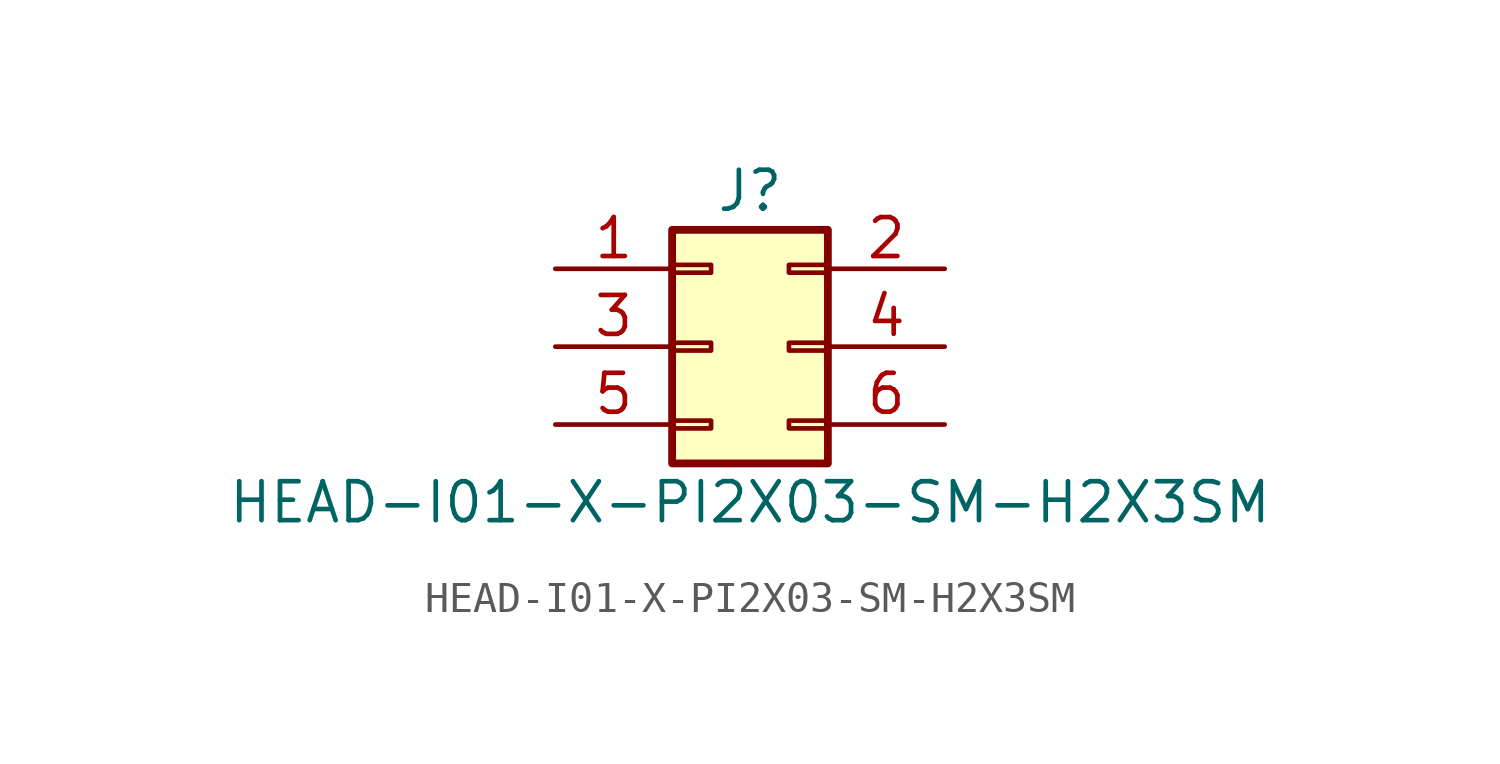
<source format=kicad_sym>
(kicad_symbol_lib
  (version 20211014)
  (generator kicad_symbol_editor)
  (symbol "HEAD-I01-X-PI2X03-SM-H2X3SM"
    (pin_names
      (offset 1.016) hide)
    (property "Reference" "J"
      (at 1.27 5.08 0)
      (effects (font (size 1.27 1.27))))
    (property "Value" "HEAD-I01-X-PI2X03-SM-H2X3SM"
      (at 1.27 -5.08 0)
      (effects (font (size 1.27 1.27))))
    (symbol "HEAD-I01-X-PI2X03-SM-H2X3SM_1_1"
      (rectangle (start -1.27 -2.413) (end 0 -2.667) (stroke (width 0.152) (type default) (color 0 0 0 0)) (fill (type none)))
      (rectangle (start -1.27 0.127) (end 0 -0.127) (stroke (width 0.152) (type default) (color 0 0 0 0)) (fill (type none)))
      (rectangle (start -1.27 2.667) (end 0 2.413) (stroke (width 0.152) (type default) (color 0 0 0 0)) (fill (type none)))
      (rectangle (start -1.27 3.81) (end 3.81 -3.81) (stroke (width 0.254) (type default) (color 0 0 0 0)) (fill (type background)))
      (rectangle (start 3.81 -2.413) (end 2.54 -2.667) (stroke (width 0.152) (type default) (color 0 0 0 0)) (fill (type none)))
      (rectangle (start 3.81 0.127) (end 2.54 -0.127) (stroke (width 0.152) (type default) (color 0 0 0 0)) (fill (type none)))
      (rectangle (start 3.81 2.667) (end 2.54 2.413) (stroke (width 0.152) (type default) (color 0 0 0 0)) (fill (type none)))
      (pin passive line (at -5.08 2.54 0) (length 3.81) (name "Pin_1" (effects (font (size 1.27 1.27)))) (number "1" (effects (font (size 1.27 1.27)))))
      (pin passive line (at 7.62 2.54 180) (length 3.81) (name "Pin_2" (effects (font (size 1.27 1.27)))) (number "2" (effects (font (size 1.27 1.27)))))
      (pin passive line (at -5.08 0 0) (length 3.81) (name "Pin_3" (effects (font (size 1.27 1.27)))) (number "3" (effects (font (size 1.27 1.27)))))
      (pin passive line (at 7.62 0 180) (length 3.81) (name "Pin_4" (effects (font (size 1.27 1.27)))) (number "4" (effects (font (size 1.27 1.27)))))
      (pin passive line (at -5.08 -2.54 0) (length 3.81) (name "Pin_5" (effects (font (size 1.27 1.27)))) (number "5" (effects (font (size 1.27 1.27)))))
      (pin passive line (at 7.62 -2.54 180) (length 3.81) (name "Pin_6" (effects (font (size 1.27 1.27)))) (number "6" (effects (font (size 1.27 1.27))))))))
</source>
